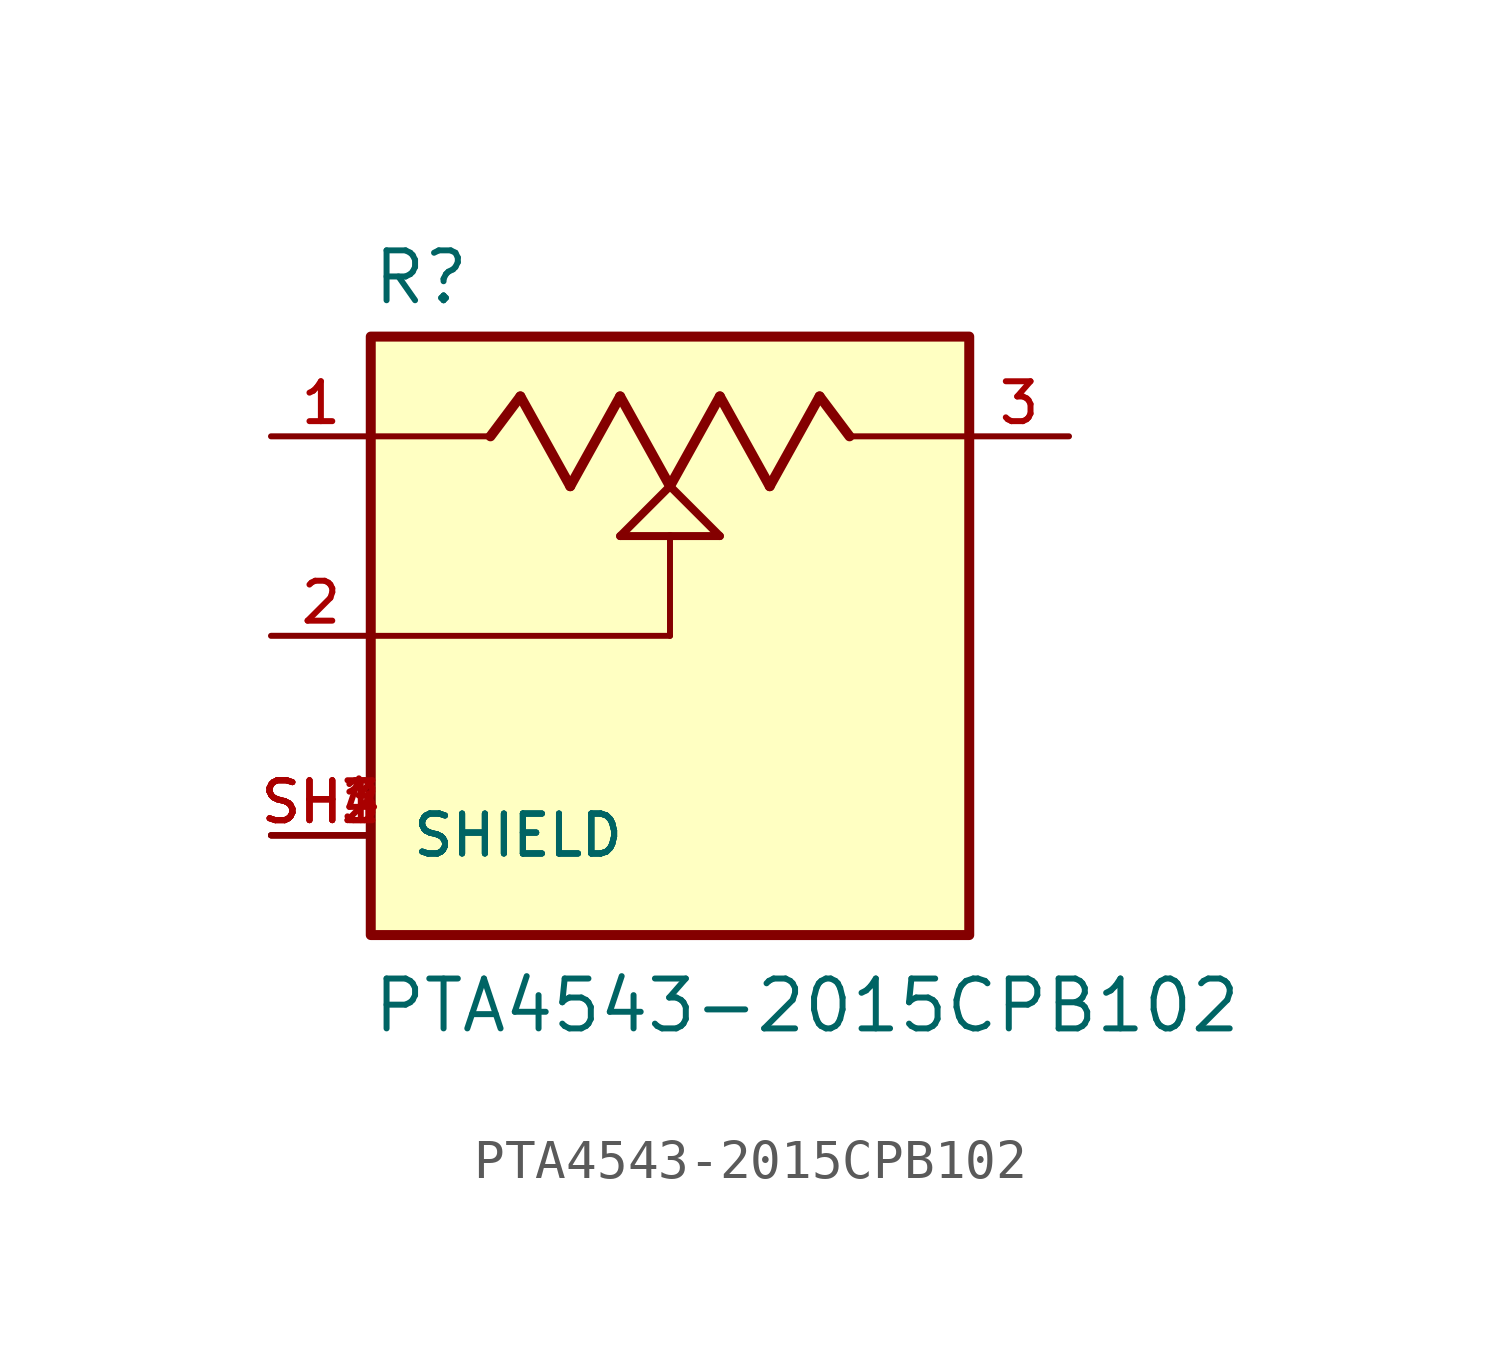
<source format=kicad_sym>
(kicad_symbol_lib
  (version 20211014)
  (generator kicad_symbol_editor)
  (symbol "PTA4543-2015CPB102"
    (pin_names
      (offset 1.016))
    (property "Reference" "R"
      (at -7.62 8.382 0)
      (effects (font (size 1.27 1.27)) (justify bottom left)))
    (property "Value" "PTA4543-2015CPB102"
      (at -7.62 -10.16 0)
      (effects (font (size 1.27 1.27)) (justify bottom left)))
    (symbol "PTA4543-2015CPB102_0_0"
      (polyline (pts (xy -7.62 5.08) (xy -4.572 5.08)) (stroke (width 0.152)))
      (polyline (pts (xy -4.572 5.08) (xy -3.81 6.096)) (stroke (width 0.254)))
      (polyline (pts (xy -3.81 6.096) (xy -2.54 3.81)) (stroke (width 0.254)))
      (polyline (pts (xy -2.54 3.81) (xy -1.27 6.096)) (stroke (width 0.254)))
      (polyline (pts (xy -1.27 6.096) (xy 0.0 3.81)) (stroke (width 0.254)))
      (polyline (pts (xy 0.0 3.81) (xy 1.27 6.096)) (stroke (width 0.254)))
      (polyline (pts (xy 1.27 6.096) (xy 2.54 3.81)) (stroke (width 0.254)))
      (polyline (pts (xy 2.54 3.81) (xy 3.81 6.096)) (stroke (width 0.254)))
      (polyline (pts (xy 3.81 6.096) (xy 4.572 5.08)) (stroke (width 0.254)))
      (polyline (pts (xy 4.572 5.08) (xy 7.62 5.08)) (stroke (width 0.152)))
      (polyline (pts (xy 0.0 3.81) (xy 1.27 2.54)) (stroke (width 0.203)))
      (polyline (pts (xy -1.27 2.54) (xy 0.0 3.81)) (stroke (width 0.203)))
      (polyline (pts (xy 1.27 2.54) (xy 0.0 2.54)) (stroke (width 0.203)))
      (polyline (pts (xy 0.0 2.54) (xy -1.27 2.54)) (stroke (width 0.203)))
      (polyline (pts (xy 0.0 2.54) (xy 0.0 0.0)) (stroke (width 0.152)))
      (polyline (pts (xy 0.0 0.0) (xy -7.62 0.0)) (stroke (width 0.152)))
      (rectangle (start -7.62 -7.62) (end 7.62 7.62) (stroke (width 0.254)) (fill (type background)))
      (pin passive line (at 10.16 5.08 180.0) (length 2.54) (name "~" (effects (font (size 1.016 1.016)))) (number "3" (effects (font (size 1.016 1.016)))))
      (pin passive line (at -10.16 5.08 0) (length 2.54) (name "~" (effects (font (size 1.016 1.016)))) (number "1" (effects (font (size 1.016 1.016)))))
      (pin passive line (at -10.16 0.0 0) (length 2.54) (name "~" (effects (font (size 1.016 1.016)))) (number "2" (effects (font (size 1.016 1.016)))))
      (pin passive line (at -10.16 -5.08 0) (length 2.54) (name "SHIELD" (effects (font (size 1.016 1.016)))) (number "SH1" (effects (font (size 1.016 1.016)))))
      (pin passive line (at -10.16 -5.08 0) (length 2.54) (name "SHIELD" (effects (font (size 1.016 1.016)))) (number "SH2" (effects (font (size 1.016 1.016)))))
      (pin passive line (at -10.16 -5.08 0) (length 2.54) (name "SHIELD" (effects (font (size 1.016 1.016)))) (number "SH3" (effects (font (size 1.016 1.016)))))
      (pin passive line (at -10.16 -5.08 0) (length 2.54) (name "SHIELD" (effects (font (size 1.016 1.016)))) (number "SH4" (effects (font (size 1.016 1.016))))))))
</source>
